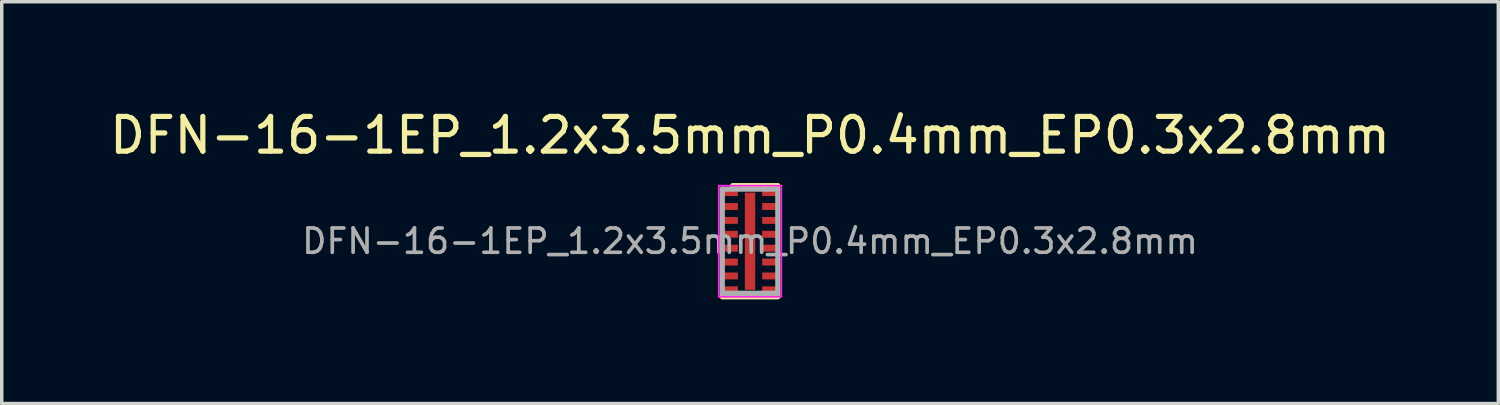
<source format=kicad_pcb>
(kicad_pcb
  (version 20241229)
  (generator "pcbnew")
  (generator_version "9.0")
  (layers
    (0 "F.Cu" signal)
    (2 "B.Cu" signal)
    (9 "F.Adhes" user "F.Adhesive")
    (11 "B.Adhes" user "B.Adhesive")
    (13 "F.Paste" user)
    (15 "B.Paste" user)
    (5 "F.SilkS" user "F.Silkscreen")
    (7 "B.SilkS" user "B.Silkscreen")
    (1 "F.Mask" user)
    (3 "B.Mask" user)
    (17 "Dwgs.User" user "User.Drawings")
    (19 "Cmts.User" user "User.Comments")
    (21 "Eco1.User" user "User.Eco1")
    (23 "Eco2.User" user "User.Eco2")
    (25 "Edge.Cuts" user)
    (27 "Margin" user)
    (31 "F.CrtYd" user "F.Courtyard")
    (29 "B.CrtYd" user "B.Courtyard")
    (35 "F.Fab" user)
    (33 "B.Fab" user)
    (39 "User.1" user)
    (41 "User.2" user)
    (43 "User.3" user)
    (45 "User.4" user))
  (footprint "DFN-16-1EP_1.2x3.5mm_P0.4mm_EP0.3x2.8mm"
    (layer "F.Cu")
    (at 18.554 3.898)
    (property "Reference" "DFN-16-1EP_1.2x3.5mm_P0.4mm_EP0.3x2.8mm" (at 0 -3.05 0) (layer "F.SilkS") (effects (font (size 1 1) (thickness 0.15))))
    (attr smd)
    (fp_line (start -0.8 1.6) (end 0.8 1.6) (stroke (width 0.15) (type solid)) (layer "F.SilkS"))
    (fp_line (start -0.5 -1.6) (end 0.8 -1.6) (stroke (width 0.15) (type solid)) (layer "F.SilkS"))
    (fp_line (start -0.9 -1.6) (end -0.9 1.6) (stroke (width 0.05) (type solid)) (layer "F.CrtYd"))
    (fp_line (start -0.9 -1.6) (end 0.9 -1.6) (stroke (width 0.05) (type solid)) (layer "F.CrtYd"))
    (fp_line (start -0.9 1.6) (end 0.9 1.6) (stroke (width 0.05) (type solid)) (layer "F.CrtYd"))
    (fp_line (start 0.9 -1.6) (end 0.9 1.6) (stroke (width 0.05) (type solid)) (layer "F.CrtYd"))
    (fp_line (start -0.8 -1.5) (end 0.8 -1.5) (stroke (width 0.15) (type solid)) (layer "F.Fab"))
    (fp_line (start -0.8 1.5) (end -0.8 -1.5) (stroke (width 0.15) (type solid)) (layer "F.Fab"))
    (fp_line (start 0.8 -1.5) (end 0.8 1.5) (stroke (width 0.15) (type solid)) (layer "F.Fab"))
    (fp_line (start 0.8 1.5) (end -0.8 1.5) (stroke (width 0.15) (type solid)) (layer "F.Fab"))
    (fp_text user "${REFERENCE}" (at 0 0 0) (layer "F.Fab") (effects (font (size 0.7 0.7) (thickness 0.105))))
    (pad "" smd rect (at 0 -0.7) (size 0.3 1.4) (layers "F.Paste"))
    (pad "" smd rect (at 0 0.7) (size 0.3 1.4) (layers "F.Paste"))
    (pad "1" smd rect (at -0.575 -1.4) (size 0.45 0.2) (layers "F.Cu" "F.Mask" "F.Paste"))
    (pad "2" smd rect (at -0.575 -1) (size 0.45 0.2) (layers "F.Cu" "F.Mask" "F.Paste"))
    (pad "3" smd rect (at -0.575 -0.6) (size 0.45 0.2) (layers "F.Cu" "F.Mask" "F.Paste"))
    (pad "4" smd rect (at -0.575 -0.2) (size 0.45 0.2) (layers "F.Cu" "F.Mask" "F.Paste"))
    (pad "5" smd rect (at -0.575 0.2) (size 0.45 0.2) (layers "F.Cu" "F.Mask" "F.Paste"))
    (pad "6" smd rect (at -0.575 0.6) (size 0.45 0.2) (layers "F.Cu" "F.Mask" "F.Paste"))
    (pad "7" smd rect (at -0.575 1) (size 0.45 0.2) (layers "F.Cu" "F.Mask" "F.Paste"))
    (pad "8" smd rect (at -0.575 1.4) (size 0.45 0.2) (layers "F.Cu" "F.Mask" "F.Paste"))
    (pad "9" smd rect (at 0.575 1.4) (size 0.45 0.2) (layers "F.Cu" "F.Mask" "F.Paste"))
    (pad "10" smd rect (at 0.575 1) (size 0.45 0.2) (layers "F.Cu" "F.Mask" "F.Paste"))
    (pad "11" smd rect (at 0.575 0.6) (size 0.45 0.2) (layers "F.Cu" "F.Mask" "F.Paste"))
    (pad "12" smd rect (at 0.575 0.2) (size 0.45 0.2) (layers "F.Cu" "F.Mask" "F.Paste"))
    (pad "13" smd rect (at 0.575 -0.2) (size 0.45 0.2) (layers "F.Cu" "F.Mask" "F.Paste"))
    (pad "14" smd rect (at 0.575 -0.6) (size 0.45 0.2) (layers "F.Cu" "F.Mask" "F.Paste"))
    (pad "15" smd rect (at 0.575 -1) (size 0.45 0.2) (layers "F.Cu" "F.Mask" "F.Paste"))
    (pad "16" smd rect (at 0.575 -1.4) (size 0.45 0.2) (layers "F.Cu" "F.Mask" "F.Paste"))
    (pad "17" smd rect (at 0 0) (size 0.3 2.8) (layers "F.Cu" "F.Mask")))
  (gr_rect
    (start -3 -3)
    (end 40.107 8.573)
    (stroke (width 0.1) (type default))
    (fill no)
    (layer "Edge.Cuts")))
</source>
